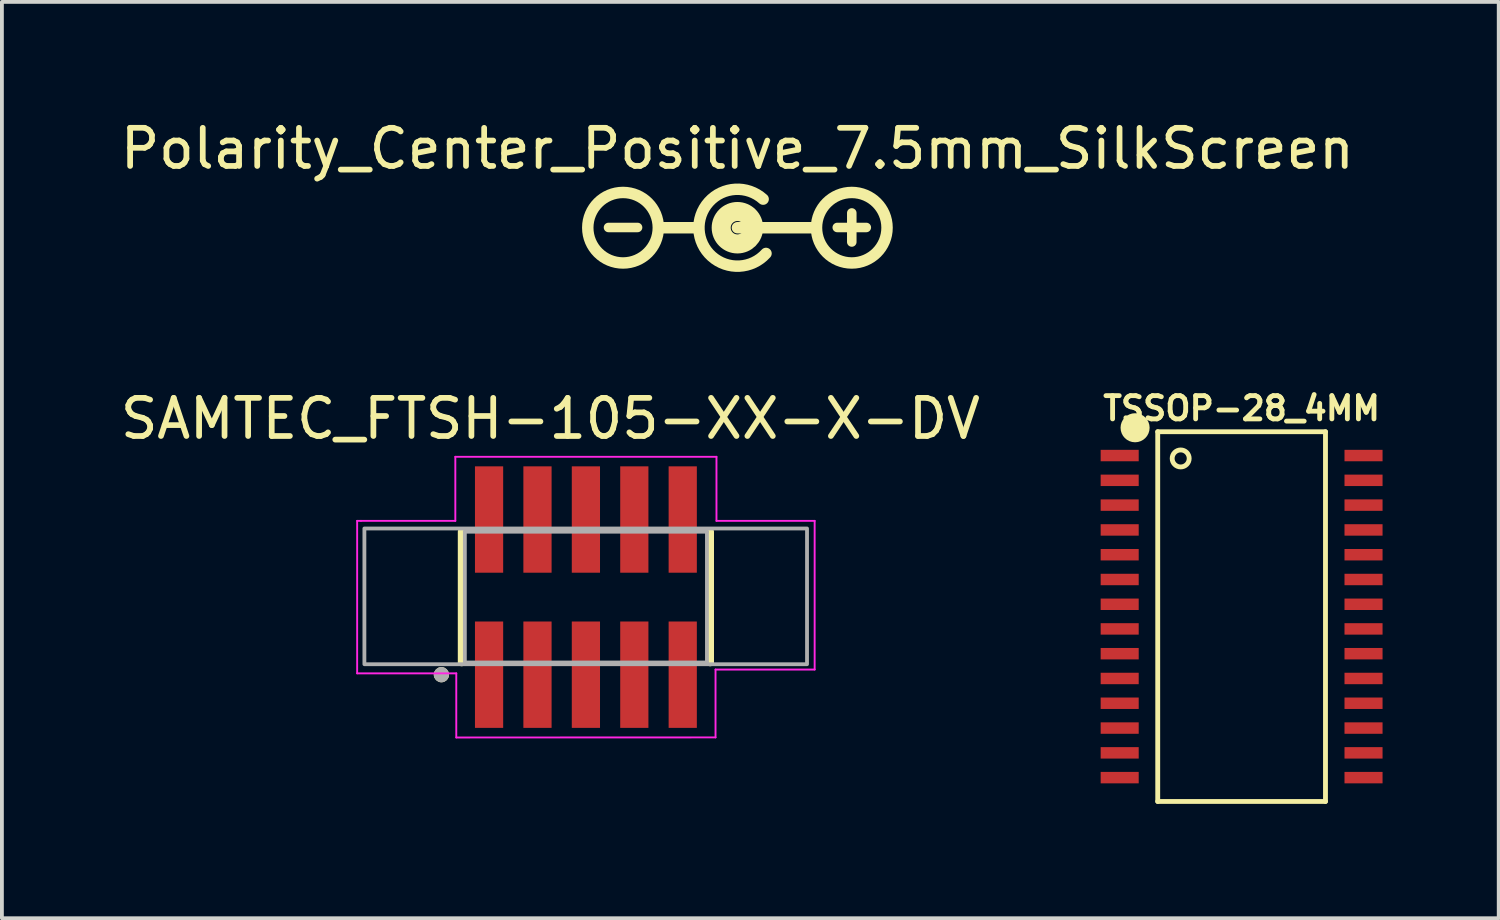
<source format=kicad_pcb>
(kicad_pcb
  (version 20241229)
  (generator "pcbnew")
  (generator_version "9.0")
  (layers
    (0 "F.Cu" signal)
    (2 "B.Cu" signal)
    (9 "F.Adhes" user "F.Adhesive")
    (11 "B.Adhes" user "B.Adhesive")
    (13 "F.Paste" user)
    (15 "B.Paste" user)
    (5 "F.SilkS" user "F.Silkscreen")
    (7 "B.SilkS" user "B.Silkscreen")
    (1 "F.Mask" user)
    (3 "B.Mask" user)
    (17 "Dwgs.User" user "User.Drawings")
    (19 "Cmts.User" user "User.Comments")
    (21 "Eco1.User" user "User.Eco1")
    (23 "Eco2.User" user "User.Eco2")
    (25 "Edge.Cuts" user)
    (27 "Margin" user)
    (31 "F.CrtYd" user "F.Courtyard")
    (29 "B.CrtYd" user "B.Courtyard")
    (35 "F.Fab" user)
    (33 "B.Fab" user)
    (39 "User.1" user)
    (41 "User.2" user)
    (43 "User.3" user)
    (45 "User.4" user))
  (footprint "Polarity_Center_Positive_7.5mm_SilkScreen"
    (layer "F.Cu")
    (at 16.292 2.848)
    (property "Reference" "Polarity_Center_Positive_7.5mm_SilkScreen" (at 0 -2 0) (layer "F.SilkS") (effects (font (size 1 1) (thickness 0.15))))
    (attr exclude_from_pos_files exclude_from_bom)
    (fp_line (start -2 0.075) (end -1.1 0.075) (stroke (width 0.3) (type solid)) (layer "F.SilkS"))
    (fp_line (start 0 0.075) (end 2 0.075) (stroke (width 0.3) (type solid)) (layer "F.SilkS"))
    (fp_arc (start 0.75 0.75) (mid -1.007627 0.128033) (end 0.675 -0.675) (stroke (width 0.3) (type solid)) (layer "F.SilkS"))
    (fp_circle (center -3 0.075) (end -2.075 0.075) (stroke (width 0.3) (type solid)) (fill no) (layer "F.SilkS"))
    (fp_circle (center 0 0.075) (end 0 0.25) (stroke (width 0.5) (type solid)) (fill no) (layer "F.SilkS"))
    (fp_circle (center 3 0.075) (end 3.925 0.075) (stroke (width 0.3) (type solid)) (fill no) (layer "F.SilkS"))
    (fp_text user "+" (at 3 0 0) (unlocked yes) (layer "F.SilkS") (effects (font (size 1 1) (thickness 0.25))))
    (fp_text user "-" (at -3 0 0) (unlocked yes) (layer "F.SilkS") (effects (font (size 1 1) (thickness 0.25)))))
  (footprint "SAMTEC_FTSH-105-XX-X-DV"
    (layer "F.Cu")
    (at 12.318 12.612)
    (property "Reference" "SAMTEC_FTSH-105-XX-X-DV" (at -0.931 -4.681 0) (layer "F.SilkS") (effects (font (size 1 1) (thickness 0.15))))
    (attr smd)
    (fp_line (start -3.26 -1.715) (end -3.26 1.715) (stroke (width 0.2) (type solid)) (layer "F.SilkS"))
    (fp_line (start 3.26 1.715) (end 3.26 -1.715) (stroke (width 0.2) (type solid)) (layer "F.SilkS"))
    (fp_circle (center -3.79 2.035) (end -3.69 2.035) (stroke (width 0.2) (type solid)) (fill no) (layer "F.SilkS"))
    (fp_line (start -6 -2) (end -6 2) (stroke (width 0.05) (type default)) (layer "F.CrtYd"))
    (fp_line (start -6 2) (end -3.4 2) (stroke (width 0.05) (type default)) (layer "F.CrtYd"))
    (fp_line (start -5.9 -2) (end -6 -2) (stroke (width 0.05) (type default)) (layer "F.CrtYd"))
    (fp_line (start -3.425 -3.68) (end 3.425 -3.68) (stroke (width 0.05) (type solid)) (layer "F.CrtYd"))
    (fp_line (start -3.425 -2) (end -5.9 -2) (stroke (width 0.05) (type default)) (layer "F.CrtYd"))
    (fp_line (start -3.425 -2) (end -3.425 -3.68) (stroke (width 0.05) (type solid)) (layer "F.CrtYd"))
    (fp_line (start -3.4 2) (end -3.4 3.682) (stroke (width 0.05) (type default)) (layer "F.CrtYd"))
    (fp_line (start 3.4 1.9) (end 3.4 3.68) (stroke (width 0.05) (type default)) (layer "F.CrtYd"))
    (fp_line (start 3.4 3.68) (end -3.4 3.682) (stroke (width 0.05) (type solid)) (layer "F.CrtYd"))
    (fp_line (start 3.425 -3.68) (end 3.425 -2) (stroke (width 0.05) (type solid)) (layer "F.CrtYd"))
    (fp_line (start 3.425 -2) (end 6 -2) (stroke (width 0.05) (type default)) (layer "F.CrtYd"))
    (fp_line (start 6 -2) (end 6 1.9) (stroke (width 0.05) (type default)) (layer "F.CrtYd"))
    (fp_line (start 6 1.9) (end 3.4 1.9) (stroke (width 0.05) (type default)) (layer "F.CrtYd"))
    (fp_line (start -3.175 1.715) (end -3.175 -1.715) (stroke (width 0.1) (type solid)) (layer "F.Fab"))
    (fp_line (start -3.175 1.715) (end 3.175 1.715) (stroke (width 0.1) (type solid)) (layer "F.Fab"))
    (fp_line (start 3.175 -1.715) (end -3.175 -1.715) (stroke (width 0.1) (type solid)) (layer "F.Fab"))
    (fp_line (start 3.175 1.715) (end 3.175 -1.715) (stroke (width 0.1) (type solid)) (layer "F.Fab"))
    (fp_rect (start -5.81 -1.8) (end 5.8 1.76) (stroke (width 0.1) (type default)) (fill no) (layer "F.Fab"))
    (fp_circle (center -3.79 2.035) (end -3.69 2.035) (stroke (width 0.2) (type solid)) (fill no) (layer "F.Fab"))
    (pad "1" smd rect (at -2.54 2.035) (size 0.74 2.79) (layers "F.Cu" "F.Mask" "F.Paste"))
    (pad "2" smd rect (at -2.54 -2.035) (size 0.74 2.79) (layers "F.Cu" "F.Mask" "F.Paste"))
    (pad "3" smd rect (at -1.27 2.035) (size 0.74 2.79) (layers "F.Cu" "F.Mask" "F.Paste"))
    (pad "4" smd rect (at -1.27 -2.035) (size 0.74 2.79) (layers "F.Cu" "F.Mask" "F.Paste"))
    (pad "5" smd rect (at 0 2.035) (size 0.74 2.79) (layers "F.Cu" "F.Mask" "F.Paste"))
    (pad "6" smd rect (at 0 -2.035) (size 0.74 2.79) (layers "F.Cu" "F.Mask" "F.Paste"))
    (pad "7" smd rect (at 1.27 2.035) (size 0.74 2.79) (layers "F.Cu" "F.Mask" "F.Paste"))
    (pad "8" smd rect (at 1.27 -2.035) (size 0.74 2.79) (layers "F.Cu" "F.Mask" "F.Paste"))
    (pad "9" smd rect (at 2.54 2.035) (size 0.74 2.79) (layers "F.Cu" "F.Mask" "F.Paste"))
    (pad "10" smd rect (at 2.54 -2.035) (size 0.74 2.79) (layers "F.Cu" "F.Mask" "F.Paste")))
  (footprint "TSSOP-28_4MM"
    (layer "F.Cu")
    (at 29.517 13.123)
    (property "Reference" "TSSOP-28_4MM" (at 0 -5.461 0) (layer "F.SilkS") (effects (font (size 0.61 0.61) (thickness 0.127))))
    (attr smd)
    (fp_line (start -2.2 -4.849) (end -2.2 4.849) (stroke (width 0.127) (type solid)) (layer "F.SilkS"))
    (fp_line (start -2.2 -4.849) (end 2.2 -4.849) (stroke (width 0.127) (type solid)) (layer "F.SilkS"))
    (fp_line (start -2.2 4.849) (end 2.2 4.849) (stroke (width 0.127) (type solid)) (layer "F.SilkS"))
    (fp_line (start 2.2 -4.849) (end 2.2 4.849) (stroke (width 0.127) (type solid)) (layer "F.SilkS"))
    (fp_circle (center -2.794 -4.953) (end -2.667 -4.953) (stroke (width 0.254) (type solid)) (fill no) (layer "F.SilkS"))
    (fp_circle (center -2.794 -4.953) (end -2.54 -4.953) (stroke (width 0.254) (type solid)) (fill no) (layer "F.SilkS"))
    (fp_circle (center -1.598 -4.148) (end -1.598 -4.371) (stroke (width 0.127) (type solid)) (fill no) (layer "F.SilkS"))
    (pad "1" smd rect (at -3.198 -4.224) (size 0.998 0.3) (layers "F.Cu" "F.Mask" "F.Paste"))
    (pad "2" smd rect (at -3.198 -3.574) (size 0.998 0.3) (layers "F.Cu" "F.Mask" "F.Paste"))
    (pad "3" smd rect (at -3.198 -2.924) (size 0.998 0.3) (layers "F.Cu" "F.Mask" "F.Paste"))
    (pad "4" smd rect (at -3.198 -2.273) (size 0.998 0.3) (layers "F.Cu" "F.Mask" "F.Paste"))
    (pad "5" smd rect (at -3.198 -1.623) (size 0.998 0.3) (layers "F.Cu" "F.Mask" "F.Paste"))
    (pad "6" smd rect (at -3.198 -0.973) (size 0.998 0.3) (layers "F.Cu" "F.Mask" "F.Paste"))
    (pad "7" smd rect (at -3.198 -0.323) (size 0.998 0.3) (layers "F.Cu" "F.Mask" "F.Paste"))
    (pad "8" smd rect (at -3.198 0.323) (size 0.998 0.3) (layers "F.Cu" "F.Mask" "F.Paste"))
    (pad "9" smd rect (at -3.198 0.973) (size 0.998 0.3) (layers "F.Cu" "F.Mask" "F.Paste"))
    (pad "10" smd rect (at -3.198 1.623) (size 0.998 0.3) (layers "F.Cu" "F.Mask" "F.Paste"))
    (pad "11" smd rect (at -3.198 2.273) (size 0.998 0.3) (layers "F.Cu" "F.Mask" "F.Paste"))
    (pad "12" smd rect (at -3.198 2.924) (size 0.998 0.3) (layers "F.Cu" "F.Mask" "F.Paste"))
    (pad "13" smd rect (at -3.198 3.574) (size 0.998 0.3) (layers "F.Cu" "F.Mask" "F.Paste"))
    (pad "14" smd rect (at -3.198 4.224) (size 0.998 0.3) (layers "F.Cu" "F.Mask" "F.Paste"))
    (pad "15" smd rect (at 3.198 4.224) (size 0.998 0.3) (layers "F.Cu" "F.Mask" "F.Paste"))
    (pad "16" smd rect (at 3.198 3.574) (size 0.998 0.3) (layers "F.Cu" "F.Mask" "F.Paste"))
    (pad "17" smd rect (at 3.198 2.924) (size 0.998 0.3) (layers "F.Cu" "F.Mask" "F.Paste"))
    (pad "18" smd rect (at 3.198 2.273) (size 0.998 0.3) (layers "F.Cu" "F.Mask" "F.Paste"))
    (pad "19" smd rect (at 3.198 1.623) (size 0.998 0.3) (layers "F.Cu" "F.Mask" "F.Paste"))
    (pad "20" smd rect (at 3.198 0.973) (size 0.998 0.3) (layers "F.Cu" "F.Mask" "F.Paste"))
    (pad "21" smd rect (at 3.198 0.323) (size 0.998 0.3) (layers "F.Cu" "F.Mask" "F.Paste"))
    (pad "22" smd rect (at 3.198 -0.323) (size 0.998 0.3) (layers "F.Cu" "F.Mask" "F.Paste"))
    (pad "23" smd rect (at 3.198 -0.973) (size 0.998 0.3) (layers "F.Cu" "F.Mask" "F.Paste"))
    (pad "24" smd rect (at 3.198 -1.623) (size 0.998 0.3) (layers "F.Cu" "F.Mask" "F.Paste"))
    (pad "25" smd rect (at 3.198 -2.273) (size 0.998 0.3) (layers "F.Cu" "F.Mask" "F.Paste"))
    (pad "26" smd rect (at 3.198 -2.924) (size 0.998 0.3) (layers "F.Cu" "F.Mask" "F.Paste"))
    (pad "27" smd rect (at 3.198 -3.574) (size 0.998 0.3) (layers "F.Cu" "F.Mask" "F.Paste"))
    (pad "28" smd rect (at 3.198 -4.224) (size 0.998 0.3) (layers "F.Cu" "F.Mask" "F.Paste")))
  (gr_rect
    (start -3 -3)
    (end 36.261 21.035)
    (stroke (width 0.1) (type default))
    (fill no)
    (layer "Edge.Cuts")))
</source>
